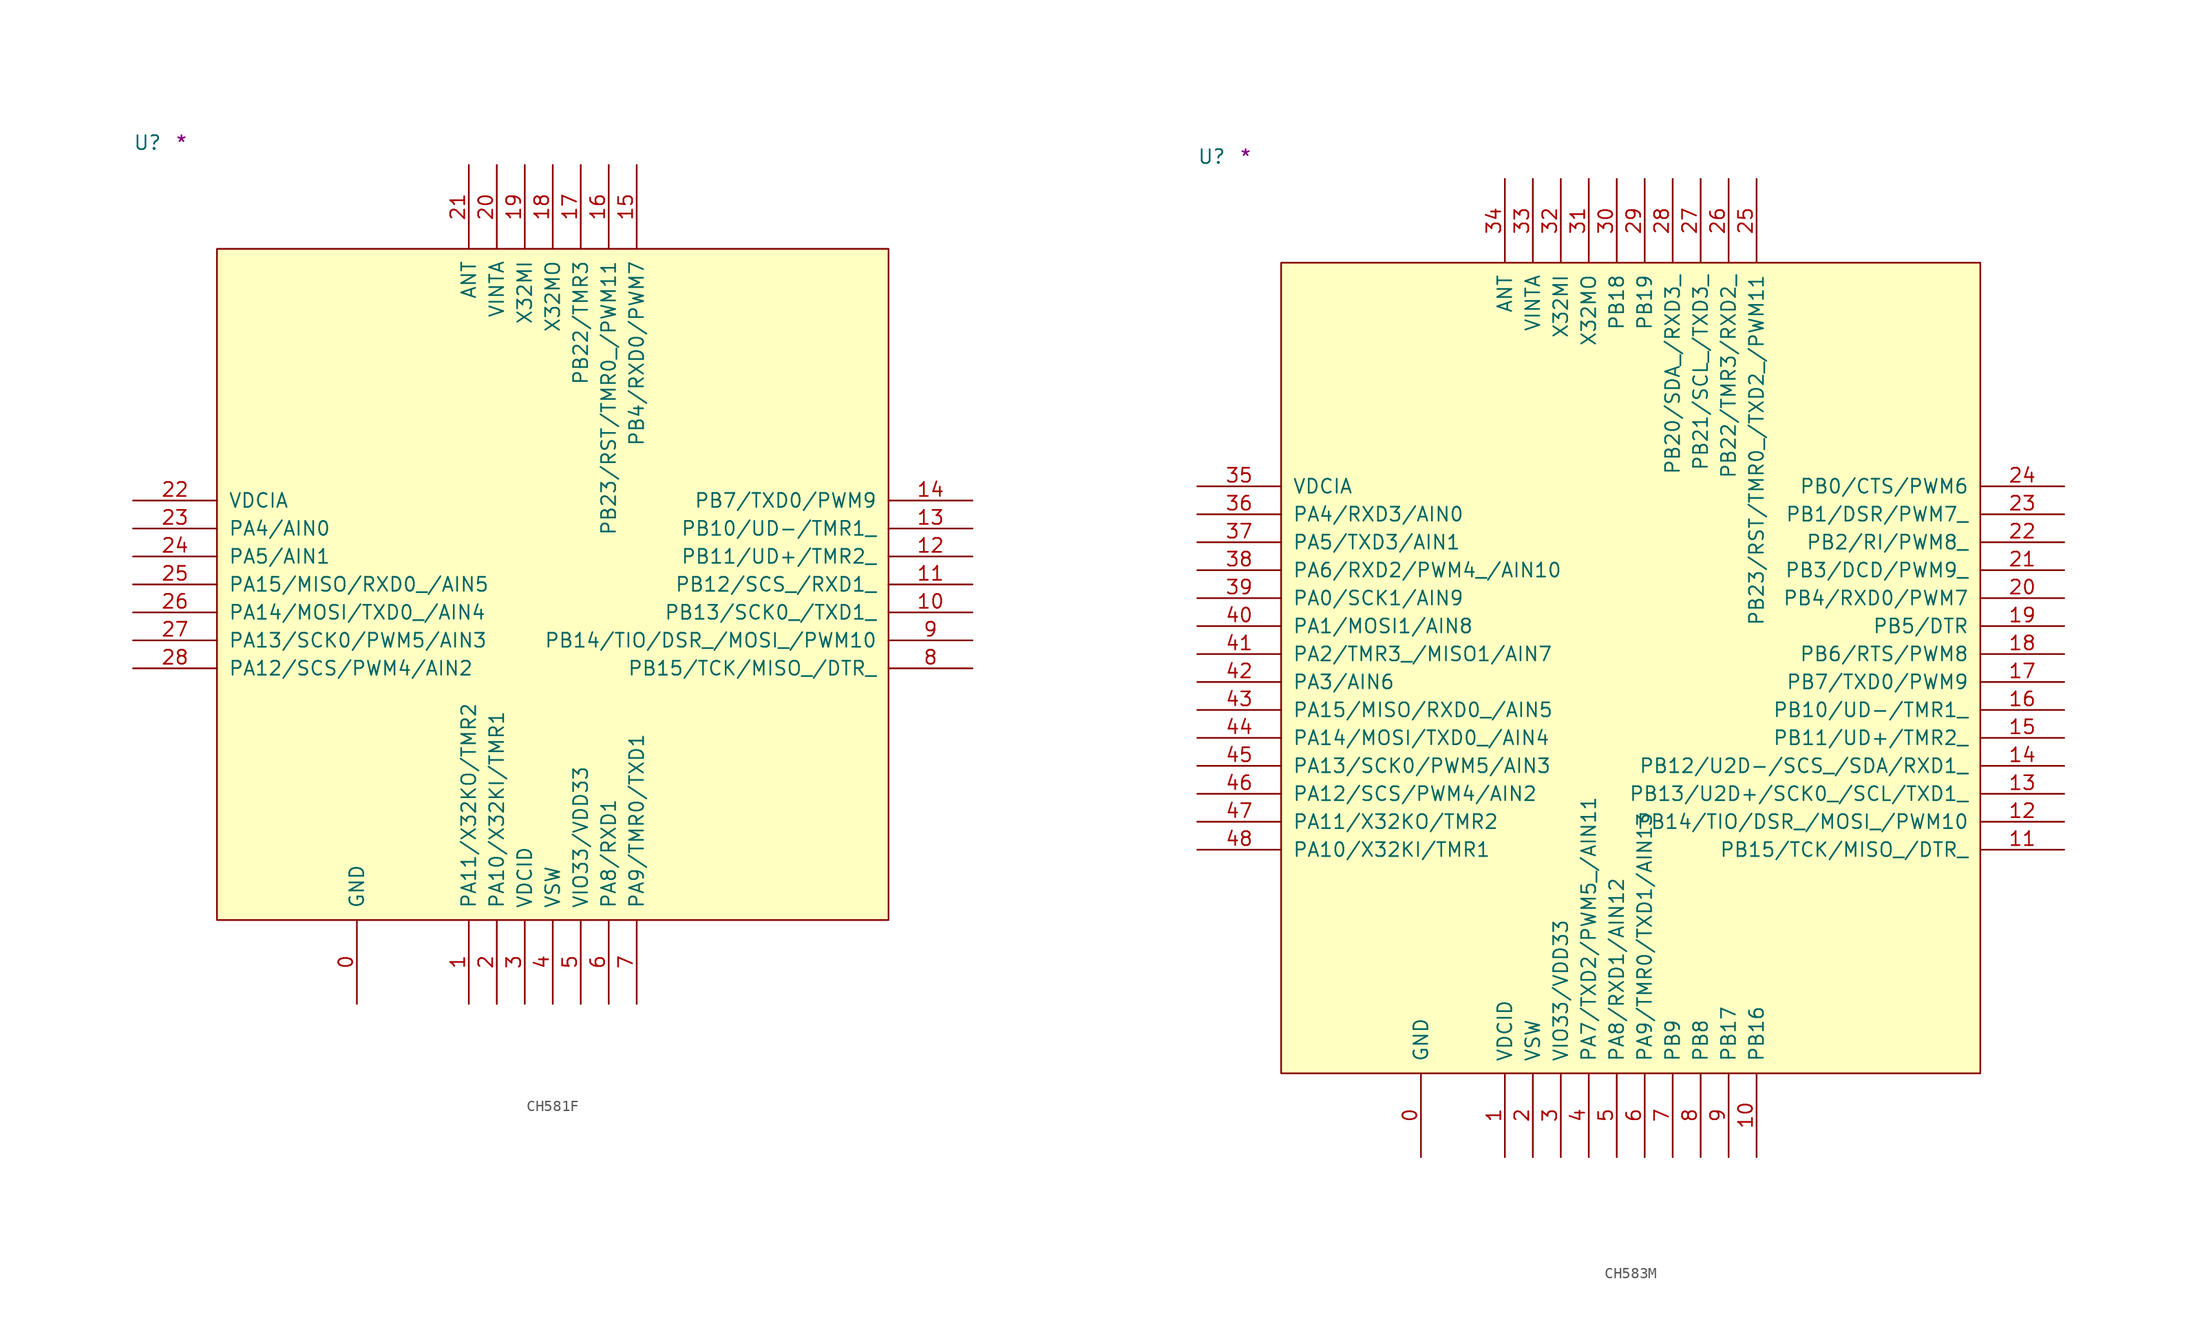
<source format=kicad_sym>
(kicad_symbol_lib
  (version 20211014)
  (generator kicad_symbol_editor)
  (symbol "CH581F"
    (pin_names
      (offset 1.016))
    (property "Reference" "U"
      (at -7.62 8.89 0)
      (effects (font (size 1.27 1.27)) (justify left bottom)))
    (property "Comment" "*"
      (at -3.81 8.89 0)
      (effects (font (size 1.27 1.27)) (justify left bottom)))
    (symbol "CH581F_1_1"
      (rectangle (start 0 -60.96) (end 60.96 0) (stroke (width 0) (type default) (color 0 0 0 0)) (fill (type background)))
      (pin power_in line (at 12.7 -68.58 90) (length 7.62) (name "GND" (effects (font (size 1.27 1.27)))) (number "0" (effects (font (size 1.27 1.27)))))
      (pin bidirectional line (at 22.86 -68.58 90) (length 7.62) (name "PA11/X32KO/TMR2" (effects (font (size 1.27 1.27)))) (number "1" (effects (font (size 1.27 1.27)))))
      (pin bidirectional line (at 68.58 -33.02 180) (length 7.62) (name "PB13/SCK0_/TXD1_" (effects (font (size 1.27 1.27)))) (number "10" (effects (font (size 1.27 1.27)))))
      (pin bidirectional line (at 68.58 -30.48 180) (length 7.62) (name "PB12/SCS_/RXD1_" (effects (font (size 1.27 1.27)))) (number "11" (effects (font (size 1.27 1.27)))))
      (pin bidirectional line (at 68.58 -27.94 180) (length 7.62) (name "PB11/UD+/TMR2_" (effects (font (size 1.27 1.27)))) (number "12" (effects (font (size 1.27 1.27)))))
      (pin bidirectional line (at 68.58 -25.4 180) (length 7.62) (name "PB10/UD-/TMR1_" (effects (font (size 1.27 1.27)))) (number "13" (effects (font (size 1.27 1.27)))))
      (pin bidirectional line (at 68.58 -22.86 180) (length 7.62) (name "PB7/TXD0/PWM9" (effects (font (size 1.27 1.27)))) (number "14" (effects (font (size 1.27 1.27)))))
      (pin bidirectional line (at 38.1 7.62 270) (length 7.62) (name "PB4/RXD0/PWM7" (effects (font (size 1.27 1.27)))) (number "15" (effects (font (size 1.27 1.27)))))
      (pin bidirectional line (at 35.56 7.62 270) (length 7.62) (name "PB23/RST/TMR0_/PWM11" (effects (font (size 1.27 1.27)))) (number "16" (effects (font (size 1.27 1.27)))))
      (pin bidirectional line (at 33.02 7.62 270) (length 7.62) (name "PB22/TMR3" (effects (font (size 1.27 1.27)))) (number "17" (effects (font (size 1.27 1.27)))))
      (pin output line (at 30.48 7.62 270) (length 7.62) (name "X32MO" (effects (font (size 1.27 1.27)))) (number "18" (effects (font (size 1.27 1.27)))))
      (pin input line (at 27.94 7.62 270) (length 7.62) (name "X32MI" (effects (font (size 1.27 1.27)))) (number "19" (effects (font (size 1.27 1.27)))))
      (pin bidirectional line (at 25.4 -68.58 90) (length 7.62) (name "PA10/X32KI/TMR1" (effects (font (size 1.27 1.27)))) (number "2" (effects (font (size 1.27 1.27)))))
      (pin power_in line (at 25.4 7.62 270) (length 7.62) (name "VINTA" (effects (font (size 1.27 1.27)))) (number "20" (effects (font (size 1.27 1.27)))))
      (pin bidirectional line (at 22.86 7.62 270) (length 7.62) (name "ANT" (effects (font (size 1.27 1.27)))) (number "21" (effects (font (size 1.27 1.27)))))
      (pin power_in line (at -7.62 -22.86 0) (length 7.62) (name "VDCIA" (effects (font (size 1.27 1.27)))) (number "22" (effects (font (size 1.27 1.27)))))
      (pin bidirectional line (at -7.62 -25.4 0) (length 7.62) (name "PA4/AIN0" (effects (font (size 1.27 1.27)))) (number "23" (effects (font (size 1.27 1.27)))))
      (pin bidirectional line (at -7.62 -27.94 0) (length 7.62) (name "PA5/AIN1" (effects (font (size 1.27 1.27)))) (number "24" (effects (font (size 1.27 1.27)))))
      (pin bidirectional line (at -7.62 -30.48 0) (length 7.62) (name "PA15/MISO/RXD0_/AIN5" (effects (font (size 1.27 1.27)))) (number "25" (effects (font (size 1.27 1.27)))))
      (pin bidirectional line (at -7.62 -33.02 0) (length 7.62) (name "PA14/MOSI/TXD0_/AIN4" (effects (font (size 1.27 1.27)))) (number "26" (effects (font (size 1.27 1.27)))))
      (pin bidirectional line (at -7.62 -35.56 0) (length 7.62) (name "PA13/SCK0/PWM5/AIN3" (effects (font (size 1.27 1.27)))) (number "27" (effects (font (size 1.27 1.27)))))
      (pin bidirectional line (at -7.62 -38.1 0) (length 7.62) (name "PA12/SCS/PWM4/AIN2" (effects (font (size 1.27 1.27)))) (number "28" (effects (font (size 1.27 1.27)))))
      (pin power_in line (at 27.94 -68.58 90) (length 7.62) (name "VDCID" (effects (font (size 1.27 1.27)))) (number "3" (effects (font (size 1.27 1.27)))))
      (pin power_in line (at 30.48 -68.58 90) (length 7.62) (name "VSW" (effects (font (size 1.27 1.27)))) (number "4" (effects (font (size 1.27 1.27)))))
      (pin power_in line (at 33.02 -68.58 90) (length 7.62) (name "VIO33/VDD33" (effects (font (size 1.27 1.27)))) (number "5" (effects (font (size 1.27 1.27)))))
      (pin bidirectional line (at 35.56 -68.58 90) (length 7.62) (name "PA8/RXD1" (effects (font (size 1.27 1.27)))) (number "6" (effects (font (size 1.27 1.27)))))
      (pin bidirectional line (at 38.1 -68.58 90) (length 7.62) (name "PA9/TMR0/TXD1" (effects (font (size 1.27 1.27)))) (number "7" (effects (font (size 1.27 1.27)))))
      (pin bidirectional line (at 68.58 -38.1 180) (length 7.62) (name "PB15/TCK/MISO_/DTR_" (effects (font (size 1.27 1.27)))) (number "8" (effects (font (size 1.27 1.27)))))
      (pin bidirectional line (at 68.58 -35.56 180) (length 7.62) (name "PB14/TIO/DSR_/MOSI_/PWM10" (effects (font (size 1.27 1.27)))) (number "9" (effects (font (size 1.27 1.27)))))))
  (symbol "CH583M"
    (pin_names
      (offset 1.016))
    (property "Reference" "U"
      (at -7.62 8.89 0)
      (effects (font (size 1.27 1.27)) (justify left bottom)))
    (property "Comment" "*"
      (at -3.81 8.89 0)
      (effects (font (size 1.27 1.27)) (justify left bottom)))
    (symbol "CH583M_1_1"
      (rectangle (start 0 -73.66) (end 63.5 0) (stroke (width 0) (type default) (color 0 0 0 0)) (fill (type background)))
      (pin power_in line (at 12.7 -81.28 90) (length 7.62) (name "GND" (effects (font (size 1.27 1.27)))) (number "0" (effects (font (size 1.27 1.27)))))
      (pin power_in line (at 20.32 -81.28 90) (length 7.62) (name "VDCID" (effects (font (size 1.27 1.27)))) (number "1" (effects (font (size 1.27 1.27)))))
      (pin bidirectional line (at 43.18 -81.28 90) (length 7.62) (name "PB16" (effects (font (size 1.27 1.27)))) (number "10" (effects (font (size 1.27 1.27)))))
      (pin bidirectional line (at 71.12 -53.34 180) (length 7.62) (name "PB15/TCK/MISO_/DTR_" (effects (font (size 1.27 1.27)))) (number "11" (effects (font (size 1.27 1.27)))))
      (pin bidirectional line (at 71.12 -50.8 180) (length 7.62) (name "PB14/TIO/DSR_/MOSI_/PWM10" (effects (font (size 1.27 1.27)))) (number "12" (effects (font (size 1.27 1.27)))))
      (pin bidirectional line (at 71.12 -48.26 180) (length 7.62) (name "PB13/U2D+/SCK0_/SCL/TXD1_" (effects (font (size 1.27 1.27)))) (number "13" (effects (font (size 1.27 1.27)))))
      (pin bidirectional line (at 71.12 -45.72 180) (length 7.62) (name "PB12/U2D-/SCS_/SDA/RXD1_" (effects (font (size 1.27 1.27)))) (number "14" (effects (font (size 1.27 1.27)))))
      (pin bidirectional line (at 71.12 -43.18 180) (length 7.62) (name "PB11/UD+/TMR2_" (effects (font (size 1.27 1.27)))) (number "15" (effects (font (size 1.27 1.27)))))
      (pin bidirectional line (at 71.12 -40.64 180) (length 7.62) (name "PB10/UD-/TMR1_" (effects (font (size 1.27 1.27)))) (number "16" (effects (font (size 1.27 1.27)))))
      (pin bidirectional line (at 71.12 -38.1 180) (length 7.62) (name "PB7/TXD0/PWM9" (effects (font (size 1.27 1.27)))) (number "17" (effects (font (size 1.27 1.27)))))
      (pin bidirectional line (at 71.12 -35.56 180) (length 7.62) (name "PB6/RTS/PWM8" (effects (font (size 1.27 1.27)))) (number "18" (effects (font (size 1.27 1.27)))))
      (pin bidirectional line (at 71.12 -33.02 180) (length 7.62) (name "PB5/DTR" (effects (font (size 1.27 1.27)))) (number "19" (effects (font (size 1.27 1.27)))))
      (pin power_in line (at 22.86 -81.28 90) (length 7.62) (name "VSW" (effects (font (size 1.27 1.27)))) (number "2" (effects (font (size 1.27 1.27)))))
      (pin bidirectional line (at 71.12 -30.48 180) (length 7.62) (name "PB4/RXD0/PWM7" (effects (font (size 1.27 1.27)))) (number "20" (effects (font (size 1.27 1.27)))))
      (pin bidirectional line (at 71.12 -27.94 180) (length 7.62) (name "PB3/DCD/PWM9_" (effects (font (size 1.27 1.27)))) (number "21" (effects (font (size 1.27 1.27)))))
      (pin bidirectional line (at 71.12 -25.4 180) (length 7.62) (name "PB2/RI/PWM8_" (effects (font (size 1.27 1.27)))) (number "22" (effects (font (size 1.27 1.27)))))
      (pin bidirectional line (at 71.12 -22.86 180) (length 7.62) (name "PB1/DSR/PWM7_" (effects (font (size 1.27 1.27)))) (number "23" (effects (font (size 1.27 1.27)))))
      (pin bidirectional line (at 71.12 -20.32 180) (length 7.62) (name "PB0/CTS/PWM6" (effects (font (size 1.27 1.27)))) (number "24" (effects (font (size 1.27 1.27)))))
      (pin bidirectional line (at 43.18 7.62 270) (length 7.62) (name "PB23/RST/TMR0_/TXD2_/PWM11" (effects (font (size 1.27 1.27)))) (number "25" (effects (font (size 1.27 1.27)))))
      (pin bidirectional line (at 40.64 7.62 270) (length 7.62) (name "PB22/TMR3/RXD2_" (effects (font (size 1.27 1.27)))) (number "26" (effects (font (size 1.27 1.27)))))
      (pin bidirectional line (at 38.1 7.62 270) (length 7.62) (name "PB21/SCL_/TXD3_" (effects (font (size 1.27 1.27)))) (number "27" (effects (font (size 1.27 1.27)))))
      (pin bidirectional line (at 35.56 7.62 270) (length 7.62) (name "PB20/SDA_/RXD3_" (effects (font (size 1.27 1.27)))) (number "28" (effects (font (size 1.27 1.27)))))
      (pin bidirectional line (at 33.02 7.62 270) (length 7.62) (name "PB19" (effects (font (size 1.27 1.27)))) (number "29" (effects (font (size 1.27 1.27)))))
      (pin power_in line (at 25.4 -81.28 90) (length 7.62) (name "VIO33/VDD33" (effects (font (size 1.27 1.27)))) (number "3" (effects (font (size 1.27 1.27)))))
      (pin bidirectional line (at 30.48 7.62 270) (length 7.62) (name "PB18" (effects (font (size 1.27 1.27)))) (number "30" (effects (font (size 1.27 1.27)))))
      (pin output line (at 27.94 7.62 270) (length 7.62) (name "X32MO" (effects (font (size 1.27 1.27)))) (number "31" (effects (font (size 1.27 1.27)))))
      (pin input line (at 25.4 7.62 270) (length 7.62) (name "X32MI" (effects (font (size 1.27 1.27)))) (number "32" (effects (font (size 1.27 1.27)))))
      (pin power_in line (at 22.86 7.62 270) (length 7.62) (name "VINTA" (effects (font (size 1.27 1.27)))) (number "33" (effects (font (size 1.27 1.27)))))
      (pin bidirectional line (at 20.32 7.62 270) (length 7.62) (name "ANT" (effects (font (size 1.27 1.27)))) (number "34" (effects (font (size 1.27 1.27)))))
      (pin power_in line (at -7.62 -20.32 0) (length 7.62) (name "VDCIA" (effects (font (size 1.27 1.27)))) (number "35" (effects (font (size 1.27 1.27)))))
      (pin bidirectional line (at -7.62 -22.86 0) (length 7.62) (name "PA4/RXD3/AIN0" (effects (font (size 1.27 1.27)))) (number "36" (effects (font (size 1.27 1.27)))))
      (pin bidirectional line (at -7.62 -25.4 0) (length 7.62) (name "PA5/TXD3/AIN1" (effects (font (size 1.27 1.27)))) (number "37" (effects (font (size 1.27 1.27)))))
      (pin bidirectional line (at -7.62 -27.94 0) (length 7.62) (name "PA6/RXD2/PWM4_/AIN10" (effects (font (size 1.27 1.27)))) (number "38" (effects (font (size 1.27 1.27)))))
      (pin bidirectional line (at -7.62 -30.48 0) (length 7.62) (name "PA0/SCK1/AIN9" (effects (font (size 1.27 1.27)))) (number "39" (effects (font (size 1.27 1.27)))))
      (pin bidirectional line (at 27.94 -81.28 90) (length 7.62) (name "PA7/TXD2/PWM5_/AIN11" (effects (font (size 1.27 1.27)))) (number "4" (effects (font (size 1.27 1.27)))))
      (pin bidirectional line (at -7.62 -33.02 0) (length 7.62) (name "PA1/MOSI1/AIN8" (effects (font (size 1.27 1.27)))) (number "40" (effects (font (size 1.27 1.27)))))
      (pin bidirectional line (at -7.62 -35.56 0) (length 7.62) (name "PA2/TMR3_/MISO1/AIN7" (effects (font (size 1.27 1.27)))) (number "41" (effects (font (size 1.27 1.27)))))
      (pin bidirectional line (at -7.62 -38.1 0) (length 7.62) (name "PA3/AIN6" (effects (font (size 1.27 1.27)))) (number "42" (effects (font (size 1.27 1.27)))))
      (pin bidirectional line (at -7.62 -40.64 0) (length 7.62) (name "PA15/MISO/RXD0_/AIN5" (effects (font (size 1.27 1.27)))) (number "43" (effects (font (size 1.27 1.27)))))
      (pin bidirectional line (at -7.62 -43.18 0) (length 7.62) (name "PA14/MOSI/TXD0_/AIN4" (effects (font (size 1.27 1.27)))) (number "44" (effects (font (size 1.27 1.27)))))
      (pin bidirectional line (at -7.62 -45.72 0) (length 7.62) (name "PA13/SCK0/PWM5/AIN3" (effects (font (size 1.27 1.27)))) (number "45" (effects (font (size 1.27 1.27)))))
      (pin bidirectional line (at -7.62 -48.26 0) (length 7.62) (name "PA12/SCS/PWM4/AIN2" (effects (font (size 1.27 1.27)))) (number "46" (effects (font (size 1.27 1.27)))))
      (pin bidirectional line (at -7.62 -50.8 0) (length 7.62) (name "PA11/X32KO/TMR2" (effects (font (size 1.27 1.27)))) (number "47" (effects (font (size 1.27 1.27)))))
      (pin bidirectional line (at -7.62 -53.34 0) (length 7.62) (name "PA10/X32KI/TMR1" (effects (font (size 1.27 1.27)))) (number "48" (effects (font (size 1.27 1.27)))))
      (pin bidirectional line (at 30.48 -81.28 90) (length 7.62) (name "PA8/RXD1/AIN12" (effects (font (size 1.27 1.27)))) (number "5" (effects (font (size 1.27 1.27)))))
      (pin bidirectional line (at 33.02 -81.28 90) (length 7.62) (name "PA9/TMR0/TXD1/AIN13" (effects (font (size 1.27 1.27)))) (number "6" (effects (font (size 1.27 1.27)))))
      (pin bidirectional line (at 35.56 -81.28 90) (length 7.62) (name "PB9" (effects (font (size 1.27 1.27)))) (number "7" (effects (font (size 1.27 1.27)))))
      (pin bidirectional line (at 38.1 -81.28 90) (length 7.62) (name "PB8" (effects (font (size 1.27 1.27)))) (number "8" (effects (font (size 1.27 1.27)))))
      (pin bidirectional line (at 40.64 -81.28 90) (length 7.62) (name "PB17" (effects (font (size 1.27 1.27)))) (number "9" (effects (font (size 1.27 1.27))))))))
</source>
